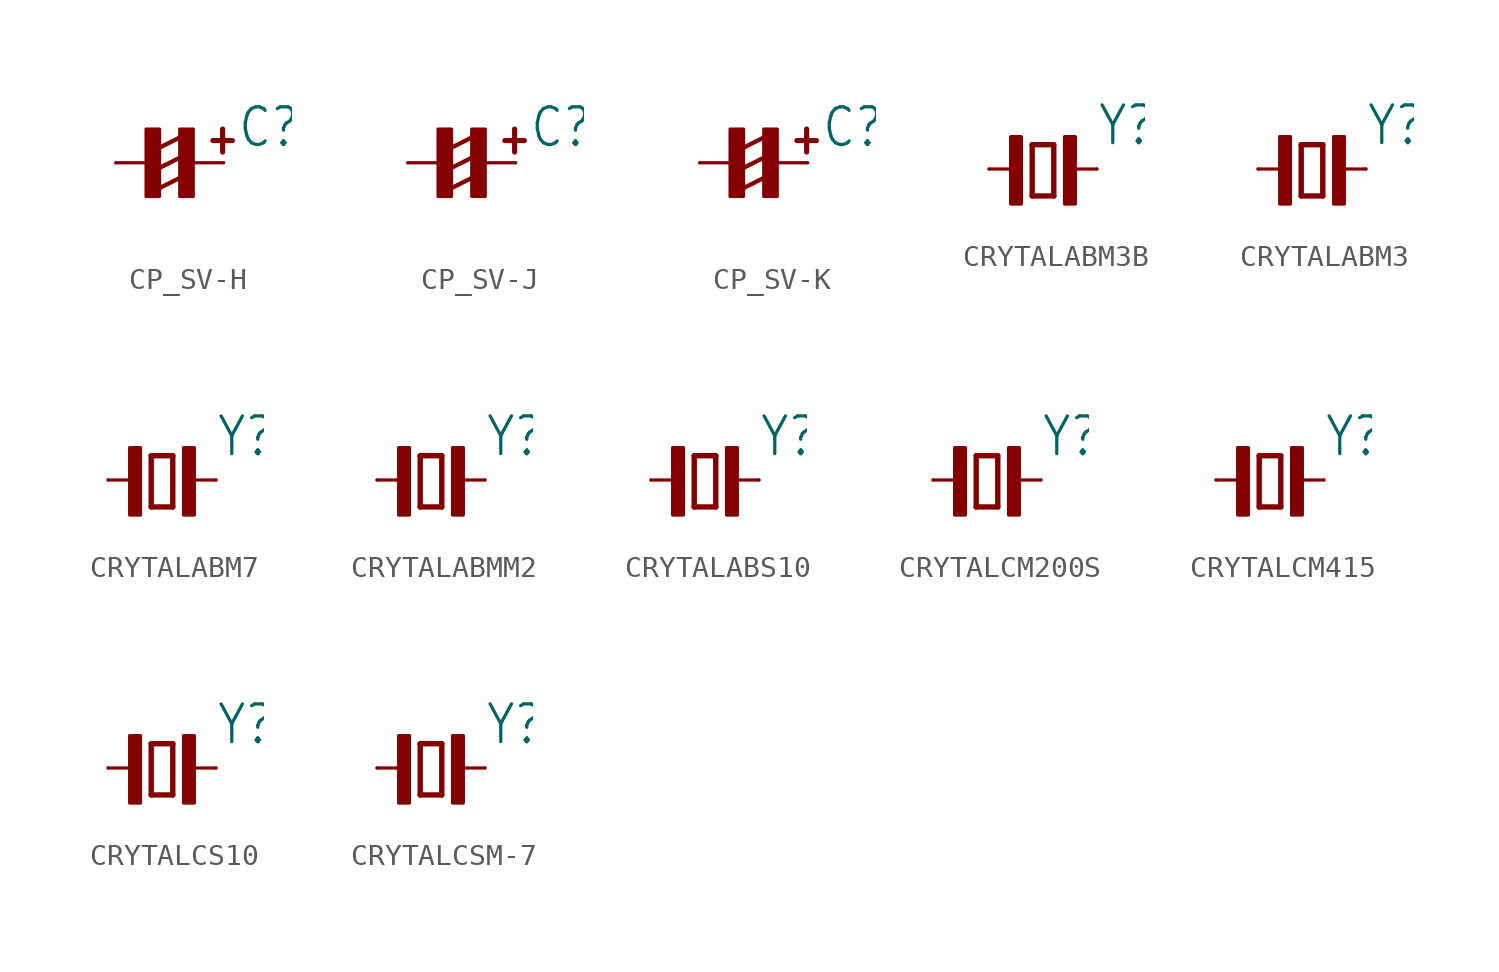
<source format=kicad_sym>
(kicad_symbol_lib
  (version 20231120)
  (generator "kicad_symbol_editor")
  (generator_version "8.0")
  (symbol "CP_SV-H"
    (property "Reference" "C"
      (at 3.175 0.635 0)
      (effects (font (size 1.778 1.511)) (justify left bottom)))
    (property "Value" ""
      (at -3.175 -3.81 0)
      (effects (font (size 1.778 1.511)) (justify left bottom)))
    (property "ki_locked" ""
      (at 0 0 0)
      (effects (font (size 1.27 1.27))))
    (symbol "CP_SV-H_1_0"
      (rectangle (start -1.111 -1.587) (end -0.476 1.587) (stroke (width 0) (type default)) (fill (type outline)))
      (polyline (pts (xy -0.857 0) (xy -2.54 0)) (stroke (width 0.152) (type solid)) (fill (type none)))
      (polyline (pts (xy -0.635 -1.27) (xy 0.635 -0.635)) (stroke (width 0.203) (type solid)) (fill (type none)))
      (polyline (pts (xy -0.635 -0.318) (xy 0.635 0.318)) (stroke (width 0.203) (type solid)) (fill (type none)))
      (polyline (pts (xy -0.635 0.635) (xy 0.635 1.27)) (stroke (width 0.203) (type solid)) (fill (type none)))
      (polyline (pts (xy 0.794 0) (xy 2.54 0)) (stroke (width 0.152) (type solid)) (fill (type none)))
      (rectangle (start 0.476 -1.587) (end 1.111 1.587) (stroke (width 0) (type default)) (fill (type outline)))
      (text "+" (at 1.587 0.318 0) (effects (font (size 1.422 1.209) (thickness 0.242) (bold yes)) (justify left bottom)))
      (pin passive line (at 2.54 0 180) (length 0) (name "+" (effects (font (size 0 0)))) (number "+" (effects (font (size 0 0)))))
      (pin passive line (at -2.54 0 0) (length 0) (name "-" (effects (font (size 0 0)))) (number "-" (effects (font (size 0 0)))))))
  (symbol "CP_SV-J"
    (property "Reference" "C"
      (at 3.175 0.635 0)
      (effects (font (size 1.778 1.511)) (justify left bottom)))
    (property "Value" ""
      (at -3.175 -3.81 0)
      (effects (font (size 1.778 1.511)) (justify left bottom)))
    (property "ki_locked" ""
      (at 0 0 0)
      (effects (font (size 1.27 1.27))))
    (symbol "CP_SV-J_1_0"
      (rectangle (start -1.111 -1.587) (end -0.476 1.587) (stroke (width 0) (type default)) (fill (type outline)))
      (polyline (pts (xy -0.857 0) (xy -2.54 0)) (stroke (width 0.152) (type solid)) (fill (type none)))
      (polyline (pts (xy -0.635 -1.27) (xy 0.635 -0.635)) (stroke (width 0.203) (type solid)) (fill (type none)))
      (polyline (pts (xy -0.635 -0.318) (xy 0.635 0.318)) (stroke (width 0.203) (type solid)) (fill (type none)))
      (polyline (pts (xy -0.635 0.635) (xy 0.635 1.27)) (stroke (width 0.203) (type solid)) (fill (type none)))
      (polyline (pts (xy 0.794 0) (xy 2.54 0)) (stroke (width 0.152) (type solid)) (fill (type none)))
      (rectangle (start 0.476 -1.587) (end 1.111 1.587) (stroke (width 0) (type default)) (fill (type outline)))
      (text "+" (at 1.587 0.318 0) (effects (font (size 1.422 1.209) (thickness 0.242) (bold yes)) (justify left bottom)))
      (pin passive line (at 2.54 0 180) (length 0) (name "+" (effects (font (size 0 0)))) (number "+" (effects (font (size 0 0)))))
      (pin passive line (at -2.54 0 0) (length 0) (name "-" (effects (font (size 0 0)))) (number "-" (effects (font (size 0 0)))))))
  (symbol "CP_SV-K"
    (property "Reference" "C"
      (at 3.175 0.635 0)
      (effects (font (size 1.778 1.511)) (justify left bottom)))
    (property "Value" ""
      (at -3.175 -3.81 0)
      (effects (font (size 1.778 1.511)) (justify left bottom)))
    (property "ki_locked" ""
      (at 0 0 0)
      (effects (font (size 1.27 1.27))))
    (symbol "CP_SV-K_1_0"
      (rectangle (start -1.111 -1.587) (end -0.476 1.587) (stroke (width 0) (type default)) (fill (type outline)))
      (polyline (pts (xy -0.857 0) (xy -2.54 0)) (stroke (width 0.152) (type solid)) (fill (type none)))
      (polyline (pts (xy -0.635 -1.27) (xy 0.635 -0.635)) (stroke (width 0.203) (type solid)) (fill (type none)))
      (polyline (pts (xy -0.635 -0.318) (xy 0.635 0.318)) (stroke (width 0.203) (type solid)) (fill (type none)))
      (polyline (pts (xy -0.635 0.635) (xy 0.635 1.27)) (stroke (width 0.203) (type solid)) (fill (type none)))
      (polyline (pts (xy 0.794 0) (xy 2.54 0)) (stroke (width 0.152) (type solid)) (fill (type none)))
      (rectangle (start 0.476 -1.587) (end 1.111 1.587) (stroke (width 0) (type default)) (fill (type outline)))
      (text "+" (at 1.587 0.318 0) (effects (font (size 1.422 1.209) (thickness 0.242) (bold yes)) (justify left bottom)))
      (pin passive line (at 2.54 0 180) (length 0) (name "+" (effects (font (size 0 0)))) (number "+" (effects (font (size 0 0)))))
      (pin passive line (at -2.54 0 0) (length 0) (name "-" (effects (font (size 0 0)))) (number "-" (effects (font (size 0 0)))))))
  (symbol "CRYTALABM3B"
    (property "Reference" "Y"
      (at 2.54 1.016 0)
      (effects (font (size 1.778 1.511)) (justify left bottom)))
    (property "Value" ""
      (at 2.54 -2.54 0)
      (effects (font (size 1.778 1.511)) (justify left bottom)))
    (property "ki_locked" ""
      (at 0 0 0)
      (effects (font (size 1.27 1.27))))
    (symbol "CRYTALABM3B_1_0"
      (rectangle (start -1.524 -1.651) (end -1.016 1.524) (stroke (width 0) (type default)) (fill (type outline)))
      (polyline (pts (xy -2.54 0) (xy -1.143 0)) (stroke (width 0.152) (type solid)) (fill (type none)))
      (polyline (pts (xy -0.508 -1.27) (xy 0.508 -1.27)) (stroke (width 0.254) (type solid)) (fill (type none)))
      (polyline (pts (xy -0.508 1.143) (xy -0.508 -1.27)) (stroke (width 0.254) (type solid)) (fill (type none)))
      (polyline (pts (xy 0.508 -1.27) (xy 0.508 1.143)) (stroke (width 0.254) (type solid)) (fill (type none)))
      (polyline (pts (xy 0.508 1.143) (xy -0.508 1.143)) (stroke (width 0.254) (type solid)) (fill (type none)))
      (polyline (pts (xy 1.143 0) (xy 2.54 0)) (stroke (width 0.152) (type solid)) (fill (type none)))
      (rectangle (start 1.016 -1.651) (end 1.524 1.524) (stroke (width 0) (type default)) (fill (type outline)))
      (pin passive line (at -2.54 0 0) (length 0) (name "1" (effects (font (size 0 0)))) (number "1" (effects (font (size 0 0)))))
      (pin passive line (at 2.54 0 180) (length 0) (name "2" (effects (font (size 0 0)))) (number "3" (effects (font (size 0 0)))))))
  (symbol "CRYTALABM3"
    (property "Reference" "Y"
      (at 2.54 1.016 0)
      (effects (font (size 1.778 1.511)) (justify left bottom)))
    (property "Value" ""
      (at 2.54 -2.54 0)
      (effects (font (size 1.778 1.511)) (justify left bottom)))
    (property "ki_locked" ""
      (at 0 0 0)
      (effects (font (size 1.27 1.27))))
    (symbol "CRYTALABM3_1_0"
      (rectangle (start -1.524 -1.651) (end -1.016 1.524) (stroke (width 0) (type default)) (fill (type outline)))
      (polyline (pts (xy -2.54 0) (xy -1.143 0)) (stroke (width 0.152) (type solid)) (fill (type none)))
      (polyline (pts (xy -0.508 -1.27) (xy 0.508 -1.27)) (stroke (width 0.254) (type solid)) (fill (type none)))
      (polyline (pts (xy -0.508 1.143) (xy -0.508 -1.27)) (stroke (width 0.254) (type solid)) (fill (type none)))
      (polyline (pts (xy 0.508 -1.27) (xy 0.508 1.143)) (stroke (width 0.254) (type solid)) (fill (type none)))
      (polyline (pts (xy 0.508 1.143) (xy -0.508 1.143)) (stroke (width 0.254) (type solid)) (fill (type none)))
      (polyline (pts (xy 1.143 0) (xy 2.54 0)) (stroke (width 0.152) (type solid)) (fill (type none)))
      (rectangle (start 1.016 -1.651) (end 1.524 1.524) (stroke (width 0) (type default)) (fill (type outline)))
      (pin passive line (at -2.54 0 0) (length 0) (name "1" (effects (font (size 0 0)))) (number "1" (effects (font (size 0 0)))))
      (pin passive line (at 2.54 0 180) (length 0) (name "2" (effects (font (size 0 0)))) (number "2" (effects (font (size 0 0)))))))
  (symbol "CRYTALABM7"
    (property "Reference" "Y"
      (at 2.54 1.016 0)
      (effects (font (size 1.778 1.511)) (justify left bottom)))
    (property "Value" ""
      (at 2.54 -2.54 0)
      (effects (font (size 1.778 1.511)) (justify left bottom)))
    (property "ki_locked" ""
      (at 0 0 0)
      (effects (font (size 1.27 1.27))))
    (symbol "CRYTALABM7_1_0"
      (rectangle (start -1.524 -1.651) (end -1.016 1.524) (stroke (width 0) (type default)) (fill (type outline)))
      (polyline (pts (xy -2.54 0) (xy -1.143 0)) (stroke (width 0.152) (type solid)) (fill (type none)))
      (polyline (pts (xy -0.508 -1.27) (xy 0.508 -1.27)) (stroke (width 0.254) (type solid)) (fill (type none)))
      (polyline (pts (xy -0.508 1.143) (xy -0.508 -1.27)) (stroke (width 0.254) (type solid)) (fill (type none)))
      (polyline (pts (xy 0.508 -1.27) (xy 0.508 1.143)) (stroke (width 0.254) (type solid)) (fill (type none)))
      (polyline (pts (xy 0.508 1.143) (xy -0.508 1.143)) (stroke (width 0.254) (type solid)) (fill (type none)))
      (polyline (pts (xy 1.143 0) (xy 2.54 0)) (stroke (width 0.152) (type solid)) (fill (type none)))
      (rectangle (start 1.016 -1.651) (end 1.524 1.524) (stroke (width 0) (type default)) (fill (type outline)))
      (pin passive line (at -2.54 0 0) (length 0) (name "1" (effects (font (size 0 0)))) (number "1" (effects (font (size 0 0)))))
      (pin passive line (at 2.54 0 180) (length 0) (name "2" (effects (font (size 0 0)))) (number "2" (effects (font (size 0 0)))))))
  (symbol "CRYTALABMM2"
    (property "Reference" "Y"
      (at 2.54 1.016 0)
      (effects (font (size 1.778 1.511)) (justify left bottom)))
    (property "Value" ""
      (at 2.54 -2.54 0)
      (effects (font (size 1.778 1.511)) (justify left bottom)))
    (property "ki_locked" ""
      (at 0 0 0)
      (effects (font (size 1.27 1.27))))
    (symbol "CRYTALABMM2_1_0"
      (rectangle (start -1.524 -1.651) (end -1.016 1.524) (stroke (width 0) (type default)) (fill (type outline)))
      (polyline (pts (xy -2.54 0) (xy -1.143 0)) (stroke (width 0.152) (type solid)) (fill (type none)))
      (polyline (pts (xy -0.508 -1.27) (xy 0.508 -1.27)) (stroke (width 0.254) (type solid)) (fill (type none)))
      (polyline (pts (xy -0.508 1.143) (xy -0.508 -1.27)) (stroke (width 0.254) (type solid)) (fill (type none)))
      (polyline (pts (xy 0.508 -1.27) (xy 0.508 1.143)) (stroke (width 0.254) (type solid)) (fill (type none)))
      (polyline (pts (xy 0.508 1.143) (xy -0.508 1.143)) (stroke (width 0.254) (type solid)) (fill (type none)))
      (polyline (pts (xy 1.143 0) (xy 2.54 0)) (stroke (width 0.152) (type solid)) (fill (type none)))
      (rectangle (start 1.016 -1.651) (end 1.524 1.524) (stroke (width 0) (type default)) (fill (type outline)))
      (pin passive line (at -2.54 0 0) (length 0) (name "1" (effects (font (size 0 0)))) (number "1" (effects (font (size 0 0)))))
      (pin passive line (at 2.54 0 180) (length 0) (name "2" (effects (font (size 0 0)))) (number "3" (effects (font (size 0 0)))))))
  (symbol "CRYTALABS10"
    (property "Reference" "Y"
      (at 2.54 1.016 0)
      (effects (font (size 1.778 1.511)) (justify left bottom)))
    (property "Value" ""
      (at 2.54 -2.54 0)
      (effects (font (size 1.778 1.511)) (justify left bottom)))
    (property "ki_locked" ""
      (at 0 0 0)
      (effects (font (size 1.27 1.27))))
    (symbol "CRYTALABS10_1_0"
      (rectangle (start -1.524 -1.651) (end -1.016 1.524) (stroke (width 0) (type default)) (fill (type outline)))
      (polyline (pts (xy -2.54 0) (xy -1.143 0)) (stroke (width 0.152) (type solid)) (fill (type none)))
      (polyline (pts (xy -0.508 -1.27) (xy 0.508 -1.27)) (stroke (width 0.254) (type solid)) (fill (type none)))
      (polyline (pts (xy -0.508 1.143) (xy -0.508 -1.27)) (stroke (width 0.254) (type solid)) (fill (type none)))
      (polyline (pts (xy 0.508 -1.27) (xy 0.508 1.143)) (stroke (width 0.254) (type solid)) (fill (type none)))
      (polyline (pts (xy 0.508 1.143) (xy -0.508 1.143)) (stroke (width 0.254) (type solid)) (fill (type none)))
      (polyline (pts (xy 1.143 0) (xy 2.54 0)) (stroke (width 0.152) (type solid)) (fill (type none)))
      (rectangle (start 1.016 -1.651) (end 1.524 1.524) (stroke (width 0) (type default)) (fill (type outline)))
      (pin passive line (at -2.54 0 0) (length 0) (name "1" (effects (font (size 0 0)))) (number "1" (effects (font (size 0 0)))))
      (pin passive line (at 2.54 0 180) (length 0) (name "2" (effects (font (size 0 0)))) (number "2" (effects (font (size 0 0)))))))
  (symbol "CRYTALCM200S"
    (property "Reference" "Y"
      (at 2.54 1.016 0)
      (effects (font (size 1.778 1.511)) (justify left bottom)))
    (property "Value" ""
      (at 2.54 -2.54 0)
      (effects (font (size 1.778 1.511)) (justify left bottom)))
    (property "ki_locked" ""
      (at 0 0 0)
      (effects (font (size 1.27 1.27))))
    (symbol "CRYTALCM200S_1_0"
      (rectangle (start -1.524 -1.651) (end -1.016 1.524) (stroke (width 0) (type default)) (fill (type outline)))
      (polyline (pts (xy -2.54 0) (xy -1.143 0)) (stroke (width 0.152) (type solid)) (fill (type none)))
      (polyline (pts (xy -0.508 -1.27) (xy 0.508 -1.27)) (stroke (width 0.254) (type solid)) (fill (type none)))
      (polyline (pts (xy -0.508 1.143) (xy -0.508 -1.27)) (stroke (width 0.254) (type solid)) (fill (type none)))
      (polyline (pts (xy 0.508 -1.27) (xy 0.508 1.143)) (stroke (width 0.254) (type solid)) (fill (type none)))
      (polyline (pts (xy 0.508 1.143) (xy -0.508 1.143)) (stroke (width 0.254) (type solid)) (fill (type none)))
      (polyline (pts (xy 1.143 0) (xy 2.54 0)) (stroke (width 0.152) (type solid)) (fill (type none)))
      (rectangle (start 1.016 -1.651) (end 1.524 1.524) (stroke (width 0) (type default)) (fill (type outline)))
      (pin passive line (at -2.54 0 0) (length 0) (name "1" (effects (font (size 0 0)))) (number "1" (effects (font (size 0 0)))))
      (pin passive line (at 2.54 0 180) (length 0) (name "2" (effects (font (size 0 0)))) (number "4" (effects (font (size 0 0)))))))
  (symbol "CRYTALCM415"
    (property "Reference" "Y"
      (at 2.54 1.016 0)
      (effects (font (size 1.778 1.511)) (justify left bottom)))
    (property "Value" ""
      (at 2.54 -2.54 0)
      (effects (font (size 1.778 1.511)) (justify left bottom)))
    (property "ki_locked" ""
      (at 0 0 0)
      (effects (font (size 1.27 1.27))))
    (symbol "CRYTALCM415_1_0"
      (rectangle (start -1.524 -1.651) (end -1.016 1.524) (stroke (width 0) (type default)) (fill (type outline)))
      (polyline (pts (xy -2.54 0) (xy -1.143 0)) (stroke (width 0.152) (type solid)) (fill (type none)))
      (polyline (pts (xy -0.508 -1.27) (xy 0.508 -1.27)) (stroke (width 0.254) (type solid)) (fill (type none)))
      (polyline (pts (xy -0.508 1.143) (xy -0.508 -1.27)) (stroke (width 0.254) (type solid)) (fill (type none)))
      (polyline (pts (xy 0.508 -1.27) (xy 0.508 1.143)) (stroke (width 0.254) (type solid)) (fill (type none)))
      (polyline (pts (xy 0.508 1.143) (xy -0.508 1.143)) (stroke (width 0.254) (type solid)) (fill (type none)))
      (polyline (pts (xy 1.143 0) (xy 2.54 0)) (stroke (width 0.152) (type solid)) (fill (type none)))
      (rectangle (start 1.016 -1.651) (end 1.524 1.524) (stroke (width 0) (type default)) (fill (type outline)))
      (pin passive line (at -2.54 0 0) (length 0) (name "1" (effects (font (size 0 0)))) (number "1" (effects (font (size 0 0)))))
      (pin passive line (at 2.54 0 180) (length 0) (name "2" (effects (font (size 0 0)))) (number "2" (effects (font (size 0 0)))))))
  (symbol "CRYTALCS10"
    (property "Reference" "Y"
      (at 2.54 1.016 0)
      (effects (font (size 1.778 1.511)) (justify left bottom)))
    (property "Value" ""
      (at 2.54 -2.54 0)
      (effects (font (size 1.778 1.511)) (justify left bottom)))
    (property "ki_locked" ""
      (at 0 0 0)
      (effects (font (size 1.27 1.27))))
    (symbol "CRYTALCS10_1_0"
      (rectangle (start -1.524 -1.651) (end -1.016 1.524) (stroke (width 0) (type default)) (fill (type outline)))
      (polyline (pts (xy -2.54 0) (xy -1.143 0)) (stroke (width 0.152) (type solid)) (fill (type none)))
      (polyline (pts (xy -0.508 -1.27) (xy 0.508 -1.27)) (stroke (width 0.254) (type solid)) (fill (type none)))
      (polyline (pts (xy -0.508 1.143) (xy -0.508 -1.27)) (stroke (width 0.254) (type solid)) (fill (type none)))
      (polyline (pts (xy 0.508 -1.27) (xy 0.508 1.143)) (stroke (width 0.254) (type solid)) (fill (type none)))
      (polyline (pts (xy 0.508 1.143) (xy -0.508 1.143)) (stroke (width 0.254) (type solid)) (fill (type none)))
      (polyline (pts (xy 1.143 0) (xy 2.54 0)) (stroke (width 0.152) (type solid)) (fill (type none)))
      (rectangle (start 1.016 -1.651) (end 1.524 1.524) (stroke (width 0) (type default)) (fill (type outline)))
      (pin passive line (at -2.54 0 0) (length 0) (name "1" (effects (font (size 0 0)))) (number "1" (effects (font (size 0 0)))))
      (pin passive line (at 2.54 0 180) (length 0) (name "2" (effects (font (size 0 0)))) (number "2" (effects (font (size 0 0)))))))
  (symbol "CRYTALCSM-7"
    (property "Reference" "Y"
      (at 2.54 1.016 0)
      (effects (font (size 1.778 1.511)) (justify left bottom)))
    (property "Value" ""
      (at 2.54 -2.54 0)
      (effects (font (size 1.778 1.511)) (justify left bottom)))
    (property "ki_locked" ""
      (at 0 0 0)
      (effects (font (size 1.27 1.27))))
    (symbol "CRYTALCSM-7_1_0"
      (rectangle (start -1.524 -1.651) (end -1.016 1.524) (stroke (width 0) (type default)) (fill (type outline)))
      (polyline (pts (xy -2.54 0) (xy -1.143 0)) (stroke (width 0.152) (type solid)) (fill (type none)))
      (polyline (pts (xy -0.508 -1.27) (xy 0.508 -1.27)) (stroke (width 0.254) (type solid)) (fill (type none)))
      (polyline (pts (xy -0.508 1.143) (xy -0.508 -1.27)) (stroke (width 0.254) (type solid)) (fill (type none)))
      (polyline (pts (xy 0.508 -1.27) (xy 0.508 1.143)) (stroke (width 0.254) (type solid)) (fill (type none)))
      (polyline (pts (xy 0.508 1.143) (xy -0.508 1.143)) (stroke (width 0.254) (type solid)) (fill (type none)))
      (polyline (pts (xy 1.143 0) (xy 2.54 0)) (stroke (width 0.152) (type solid)) (fill (type none)))
      (rectangle (start 1.016 -1.651) (end 1.524 1.524) (stroke (width 0) (type default)) (fill (type outline)))
      (pin passive line (at -2.54 0 0) (length 0) (name "1" (effects (font (size 0 0)))) (number "1" (effects (font (size 0 0)))))
      (pin passive line (at 2.54 0 180) (length 0) (name "2" (effects (font (size 0 0)))) (number "2" (effects (font (size 0 0))))))))
</source>
